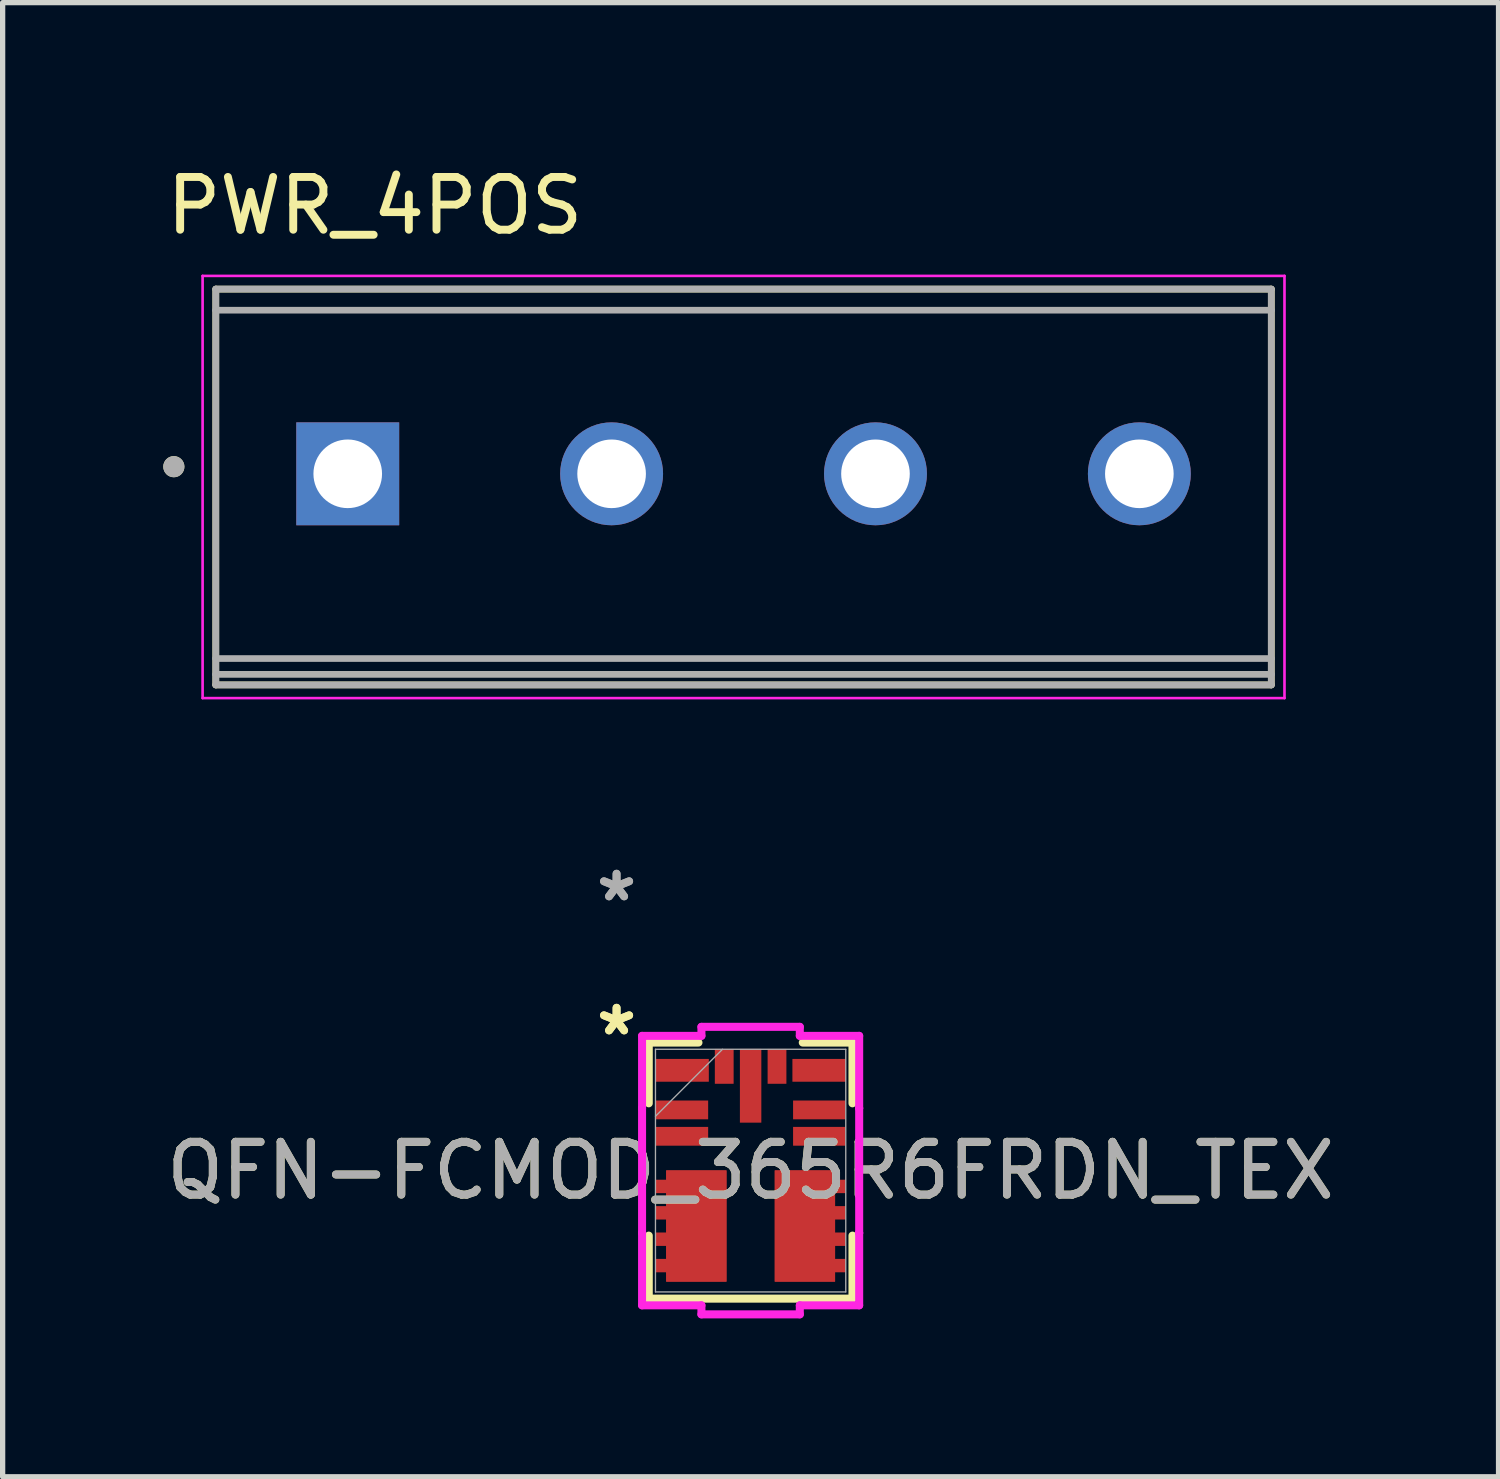
<source format=kicad_pcb>
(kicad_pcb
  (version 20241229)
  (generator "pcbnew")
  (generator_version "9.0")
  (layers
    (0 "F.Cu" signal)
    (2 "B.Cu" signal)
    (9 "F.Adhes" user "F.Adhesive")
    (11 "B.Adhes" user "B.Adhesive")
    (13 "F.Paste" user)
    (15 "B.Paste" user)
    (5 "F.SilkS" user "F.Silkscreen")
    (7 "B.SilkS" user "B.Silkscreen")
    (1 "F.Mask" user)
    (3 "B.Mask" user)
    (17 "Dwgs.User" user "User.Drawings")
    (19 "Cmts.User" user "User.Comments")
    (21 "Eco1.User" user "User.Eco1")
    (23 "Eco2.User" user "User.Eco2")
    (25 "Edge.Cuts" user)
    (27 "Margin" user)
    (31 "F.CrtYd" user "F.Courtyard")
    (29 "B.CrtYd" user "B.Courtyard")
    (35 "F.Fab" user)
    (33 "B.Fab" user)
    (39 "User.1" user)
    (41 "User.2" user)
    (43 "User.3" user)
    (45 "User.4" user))
  (footprint "PWR_4POS"
    (layer "F.Cu")
    (at 3.539 5.928)
    (property "Reference" "PWR_4POS" (at 0.515 -5.08 0) (layer "F.SilkS") (effects (font (size 1 1) (thickness 0.15))))
    (attr through_hole)
    (fp_line (start -2.5 -3.5) (end -2.5 4) (stroke (width 0.127) (type solid)) (layer "F.SilkS"))
    (fp_line (start -2.5 4) (end 17.5 4) (stroke (width 0.127) (type solid)) (layer "F.SilkS"))
    (fp_line (start 17.5 -3.5) (end -2.5 -3.5) (stroke (width 0.127) (type solid)) (layer "F.SilkS"))
    (fp_line (start 17.5 4) (end 17.5 -3.5) (stroke (width 0.127) (type solid)) (layer "F.SilkS"))
    (fp_circle (center -3.295 -0.135) (end -3.195 -0.135) (stroke (width 0.2) (type solid)) (fill no) (layer "F.SilkS"))
    (fp_line (start -2.75 -3.75) (end -2.75 4.25) (stroke (width 0.05) (type solid)) (layer "F.CrtYd"))
    (fp_line (start -2.75 4.25) (end 17.75 4.25) (stroke (width 0.05) (type solid)) (layer "F.CrtYd"))
    (fp_line (start 17.75 -3.75) (end -2.75 -3.75) (stroke (width 0.05) (type solid)) (layer "F.CrtYd"))
    (fp_line (start 17.75 4.25) (end 17.75 -3.75) (stroke (width 0.05) (type solid)) (layer "F.CrtYd"))
    (fp_line (start -2.5 -3.5) (end -2.5 -3.1) (stroke (width 0.127) (type solid)) (layer "F.Fab"))
    (fp_line (start -2.5 -3.1) (end -2.5 3.5) (stroke (width 0.127) (type solid)) (layer "F.Fab"))
    (fp_line (start -2.5 -3.1) (end 17.5 -3.1) (stroke (width 0.127) (type solid)) (layer "F.Fab"))
    (fp_line (start -2.5 3.5) (end -2.5 3.8) (stroke (width 0.127) (type solid)) (layer "F.Fab"))
    (fp_line (start -2.5 3.5) (end 17.5 3.5) (stroke (width 0.127) (type solid)) (layer "F.Fab"))
    (fp_line (start -2.5 3.8) (end -2.5 4) (stroke (width 0.127) (type solid)) (layer "F.Fab"))
    (fp_line (start -2.5 3.8) (end 17.5 3.8) (stroke (width 0.127) (type solid)) (layer "F.Fab"))
    (fp_line (start -2.5 4) (end 17.5 4) (stroke (width 0.127) (type solid)) (layer "F.Fab"))
    (fp_line (start 17.5 -3.5) (end -2.5 -3.5) (stroke (width 0.127) (type solid)) (layer "F.Fab"))
    (fp_line (start 17.5 -3.1) (end 17.5 -3.5) (stroke (width 0.127) (type solid)) (layer "F.Fab"))
    (fp_line (start 17.5 3.5) (end 17.5 -3.1) (stroke (width 0.127) (type solid)) (layer "F.Fab"))
    (fp_line (start 17.5 3.8) (end 17.5 3.5) (stroke (width 0.127) (type solid)) (layer "F.Fab"))
    (fp_line (start 17.5 4) (end 17.5 3.8) (stroke (width 0.127) (type solid)) (layer "F.Fab"))
    (fp_circle (center -3.295 -0.135) (end -3.195 -0.135) (stroke (width 0.2) (type solid)) (fill no) (layer "F.Fab"))
    (pad "1" thru_hole rect (at 0 0) (size 1.95 1.95) (drill 1.3) (layers "*.Cu" "*.Mask"))
    (pad "2" thru_hole circle (at 5 0) (size 1.95 1.95) (drill 1.3) (layers "*.Cu" "*.Mask"))
    (pad "3" thru_hole circle (at 10 0) (size 1.95 1.95) (drill 1.3) (layers "*.Cu" "*.Mask"))
    (pad "4" thru_hole circle (at 15 0) (size 1.95 1.95) (drill 1.3) (layers "*.Cu" "*.Mask")))
  (footprint "QFN-FCMOD_365R6FRDN_TEX"
    (layer "F.Cu")
    (at 11.173 19.131)
    (property "Reference" "QFN-FCMOD_365R6FRDN_TEX" (at 0 0 0) (unlocked yes) (layer "F.SilkS") (effects (font (size 1 1) (thickness 0.15))))
    (attr smd)
    (fp_poly (pts (xy -0.457 2.104) (xy -1.6 2.104) (xy -1.6 1.927) (xy -1.804 1.927) (xy -1.804 1.673) (xy -1.6 1.673) (xy -1.6 1.427) (xy -1.804 1.427) (xy -1.804 1.173) (xy -1.6 1.173) (xy -1.6 0.927) (xy -1.804 0.927) (xy -1.804 0.673) (xy -1.6 0.673) (xy -1.6 0.427) (xy -1.804 0.427) (xy -1.804 0.173) (xy -1.6 0.173) (xy -1.6 -0.004) (xy -0.457 -0.004)) (stroke (width 0) (type solid)) (fill yes) (layer "F.Cu"))
    (fp_poly (pts (xy 0.457 2.104) (xy 0.457 -0.004) (xy 1.6 -0.004) (xy 1.6 0.173) (xy 1.804 0.173) (xy 1.804 0.427) (xy 1.6 0.427) (xy 1.6 0.673) (xy 1.804 0.673) (xy 1.804 0.927) (xy 1.6 0.927) (xy 1.6 1.173) (xy 1.804 1.173) (xy 1.804 1.427) (xy 1.6 1.427) (xy 1.6 1.673) (xy 1.804 1.673) (xy 1.804 1.927) (xy 1.6 1.927) (xy 1.6 2.104)) (stroke (width 0) (type solid)) (fill yes) (layer "F.Cu"))
    (fp_poly (pts (xy -0.457 2.104) (xy -1.6 2.104) (xy -1.6 1.927) (xy -1.804 1.927) (xy -1.804 1.673) (xy -1.6 1.673) (xy -1.6 1.427) (xy -1.804 1.427) (xy -1.804 1.173) (xy -1.6 1.173) (xy -1.6 0.927) (xy -1.804 0.927) (xy -1.804 0.673) (xy -1.6 0.673) (xy -1.6 0.427) (xy -1.804 0.427) (xy -1.804 0.173) (xy -1.6 0.173) (xy -1.6 -0.004) (xy -0.457 -0.004)) (stroke (width 0) (type solid)) (fill yes) (layer "F.Mask"))
    (fp_poly (pts (xy 0.457 2.104) (xy 0.457 -0.004) (xy 1.6 -0.004) (xy 1.6 0.173) (xy 1.804 0.173) (xy 1.804 0.427) (xy 1.6 0.427) (xy 1.6 0.673) (xy 1.804 0.673) (xy 1.804 0.927) (xy 1.6 0.927) (xy 1.6 1.173) (xy 1.804 1.173) (xy 1.804 1.427) (xy 1.6 1.427) (xy 1.6 1.673) (xy 1.804 1.673) (xy 1.804 1.927) (xy 1.6 1.927) (xy 1.6 2.104)) (stroke (width 0) (type solid)) (fill yes) (layer "F.Mask"))
    (fp_line (start -1.93 -2.426) (end -1.93 -1.275) (stroke (width 0.152) (type solid)) (layer "F.SilkS"))
    (fp_line (start -1.93 1.232) (end -1.93 2.426) (stroke (width 0.152) (type solid)) (layer "F.SilkS"))
    (fp_line (start -1.93 2.426) (end 1.93 2.426) (stroke (width 0.152) (type solid)) (layer "F.SilkS"))
    (fp_line (start -0.988 -2.426) (end -1.93 -2.426) (stroke (width 0.152) (type solid)) (layer "F.SilkS"))
    (fp_line (start 1.93 -2.426) (end 0.988 -2.426) (stroke (width 0.152) (type solid)) (layer "F.SilkS"))
    (fp_line (start 1.93 -1.275) (end 1.93 -2.426) (stroke (width 0.152) (type solid)) (layer "F.SilkS"))
    (fp_line (start 1.93 2.426) (end 1.93 1.232) (stroke (width 0.152) (type solid)) (layer "F.SilkS"))
    (fp_poly (pts (xy -0.457 2.104) (xy -1.6 2.104) (xy -1.6 1.927) (xy -1.804 1.927) (xy -1.804 1.673) (xy -1.6 1.673) (xy -1.6 1.427) (xy -1.804 1.427) (xy -1.804 1.173) (xy -1.6 1.173) (xy -1.6 0.927) (xy -1.804 0.927) (xy -1.804 0.673) (xy -1.6 0.673) (xy -1.6 0.427) (xy -1.804 0.427) (xy -1.804 0.173) (xy -1.6 0.173) (xy -1.6 -0.004) (xy -0.457 -0.004)) (stroke (width 0) (type solid)) (fill yes) (layer "F.Paste"))
    (fp_poly (pts (xy 0.457 2.104) (xy 0.457 -0.004) (xy 1.6 -0.004) (xy 1.6 0.173) (xy 1.804 0.173) (xy 1.804 0.427) (xy 1.6 0.427) (xy 1.6 0.673) (xy 1.804 0.673) (xy 1.804 0.927) (xy 1.6 0.927) (xy 1.6 1.173) (xy 1.804 1.173) (xy 1.804 1.427) (xy 1.6 1.427) (xy 1.6 1.673) (xy 1.804 1.673) (xy 1.804 1.927) (xy 1.6 1.927) (xy 1.6 2.104)) (stroke (width 0) (type solid)) (fill yes) (layer "F.Paste"))
    (fp_line (start -2.057 -2.553) (end -0.932 -2.553) (stroke (width 0.152) (type solid)) (layer "F.CrtYd"))
    (fp_line (start -2.057 -1.182) (end -2.057 -2.553) (stroke (width 0.152) (type solid)) (layer "F.CrtYd"))
    (fp_line (start -2.057 -1.182) (end -2.057 -1.182) (stroke (width 0.152) (type solid)) (layer "F.CrtYd"))
    (fp_line (start -2.057 1.182) (end -2.057 -1.182) (stroke (width 0.152) (type solid)) (layer "F.CrtYd"))
    (fp_line (start -2.057 1.182) (end -2.057 1.182) (stroke (width 0.152) (type solid)) (layer "F.CrtYd"))
    (fp_line (start -2.057 2.553) (end -2.057 1.182) (stroke (width 0.152) (type solid)) (layer "F.CrtYd"))
    (fp_line (start -0.932 -2.724) (end 0.932 -2.724) (stroke (width 0.152) (type solid)) (layer "F.CrtYd"))
    (fp_line (start -0.932 -2.553) (end -0.932 -2.724) (stroke (width 0.152) (type solid)) (layer "F.CrtYd"))
    (fp_line (start -0.932 2.553) (end -2.057 2.553) (stroke (width 0.152) (type solid)) (layer "F.CrtYd"))
    (fp_line (start -0.932 2.724) (end -0.932 2.553) (stroke (width 0.152) (type solid)) (layer "F.CrtYd"))
    (fp_line (start 0.932 -2.724) (end 0.932 -2.553) (stroke (width 0.152) (type solid)) (layer "F.CrtYd"))
    (fp_line (start 0.932 -2.553) (end 2.057 -2.553) (stroke (width 0.152) (type solid)) (layer "F.CrtYd"))
    (fp_line (start 0.932 2.553) (end 0.932 2.724) (stroke (width 0.152) (type solid)) (layer "F.CrtYd"))
    (fp_line (start 0.932 2.724) (end -0.932 2.724) (stroke (width 0.152) (type solid)) (layer "F.CrtYd"))
    (fp_line (start 2.057 -2.553) (end 2.057 -1.182) (stroke (width 0.152) (type solid)) (layer "F.CrtYd"))
    (fp_line (start 2.057 -1.182) (end 2.057 -1.182) (stroke (width 0.152) (type solid)) (layer "F.CrtYd"))
    (fp_line (start 2.057 -1.182) (end 2.057 1.182) (stroke (width 0.152) (type solid)) (layer "F.CrtYd"))
    (fp_line (start 2.057 1.182) (end 2.057 1.182) (stroke (width 0.152) (type solid)) (layer "F.CrtYd"))
    (fp_line (start 2.057 1.182) (end 2.057 2.553) (stroke (width 0.152) (type solid)) (layer "F.CrtYd"))
    (fp_line (start 2.057 2.553) (end 0.932 2.553) (stroke (width 0.152) (type solid)) (layer "F.CrtYd"))
    (fp_line (start -1.803 -2.299) (end -1.803 2.299) (stroke (width 0.025) (type solid)) (layer "F.Fab"))
    (fp_line (start -1.803 -1.029) (end -0.533 -2.299) (stroke (width 0.025) (type solid)) (layer "F.Fab"))
    (fp_line (start -1.803 2.299) (end 1.803 2.299) (stroke (width 0.025) (type solid)) (layer "F.Fab"))
    (fp_line (start 1.803 -2.299) (end -1.803 -2.299) (stroke (width 0.025) (type solid)) (layer "F.Fab"))
    (fp_line (start 1.803 2.299) (end 1.803 -2.299) (stroke (width 0.025) (type solid)) (layer "F.Fab"))
    (fp_text user "*" (at -2.54 -2.54 0) (layer "F.SilkS") (effects (font (size 1 1) (thickness 0.15))))
    (fp_text user "*" (at -2.54 -2.54 0) (unlocked yes) (layer "F.SilkS") (effects (font (size 1 1) (thickness 0.15))))
    (fp_text user "*" (at -2.54 -5.08 0) (layer "F.Fab") (effects (font (size 1 1) (thickness 0.15))))
    (fp_text user "${REFERENCE}" (at 0 0 0) (unlocked yes) (layer "F.Fab") (effects (font (size 1 1) (thickness 0.15))))
    (fp_text user "*" (at -2.54 -5.08 0) (unlocked yes) (layer "F.Fab") (effects (font (size 1 1) (thickness 0.15))))
    (pad "1" smd rect (at -1.3 -1.9) (size 1.016 0.432) (layers "F.Cu" "F.Mask" "F.Paste"))
    (pad "2" smd rect (at -1.3 -1.15) (size 0.991 0.356) (layers "F.Cu" "F.Mask" "F.Paste"))
    (pad "3" smd rect (at -1.3 -0.65) (size 0.991 0.356) (layers "F.Cu" "F.Mask" "F.Paste"))
    (pad "4" smd rect (at -1.029 1.05) (size 1.143 2.108) (layers "F.Cu" "F.Mask" "F.Paste"))
    (pad "5" smd rect (at 1.029 1.05) (size 1.143 2.108) (layers "F.Cu" "F.Mask" "F.Paste"))
    (pad "6" smd rect (at 1.3 -0.65) (size 0.991 0.356) (layers "F.Cu" "F.Mask" "F.Paste"))
    (pad "7" smd rect (at 1.3 -1.15) (size 0.991 0.356) (layers "F.Cu" "F.Mask" "F.Paste"))
    (pad "8" smd rect (at 1.3 -1.9) (size 1.016 0.432) (layers "F.Cu" "F.Mask" "F.Paste"))
    (pad "9" smd rect (at 0.5 -1.975 90) (size 0.66 0.356) (layers "F.Cu" "F.Mask" "F.Paste"))
    (pad "10" smd rect (at 0 -1.607 90) (size 1.397 0.406) (layers "F.Cu" "F.Mask" "F.Paste"))
    (pad "11" smd rect (at -0.5 -1.975 90) (size 0.66 0.356) (layers "F.Cu" "F.Mask" "F.Paste")))
  (gr_rect
    (start -3 -3)
    (end 25.345 24.932)
    (stroke (width 0.1) (type default))
    (fill no)
    (layer "Edge.Cuts")))
</source>
